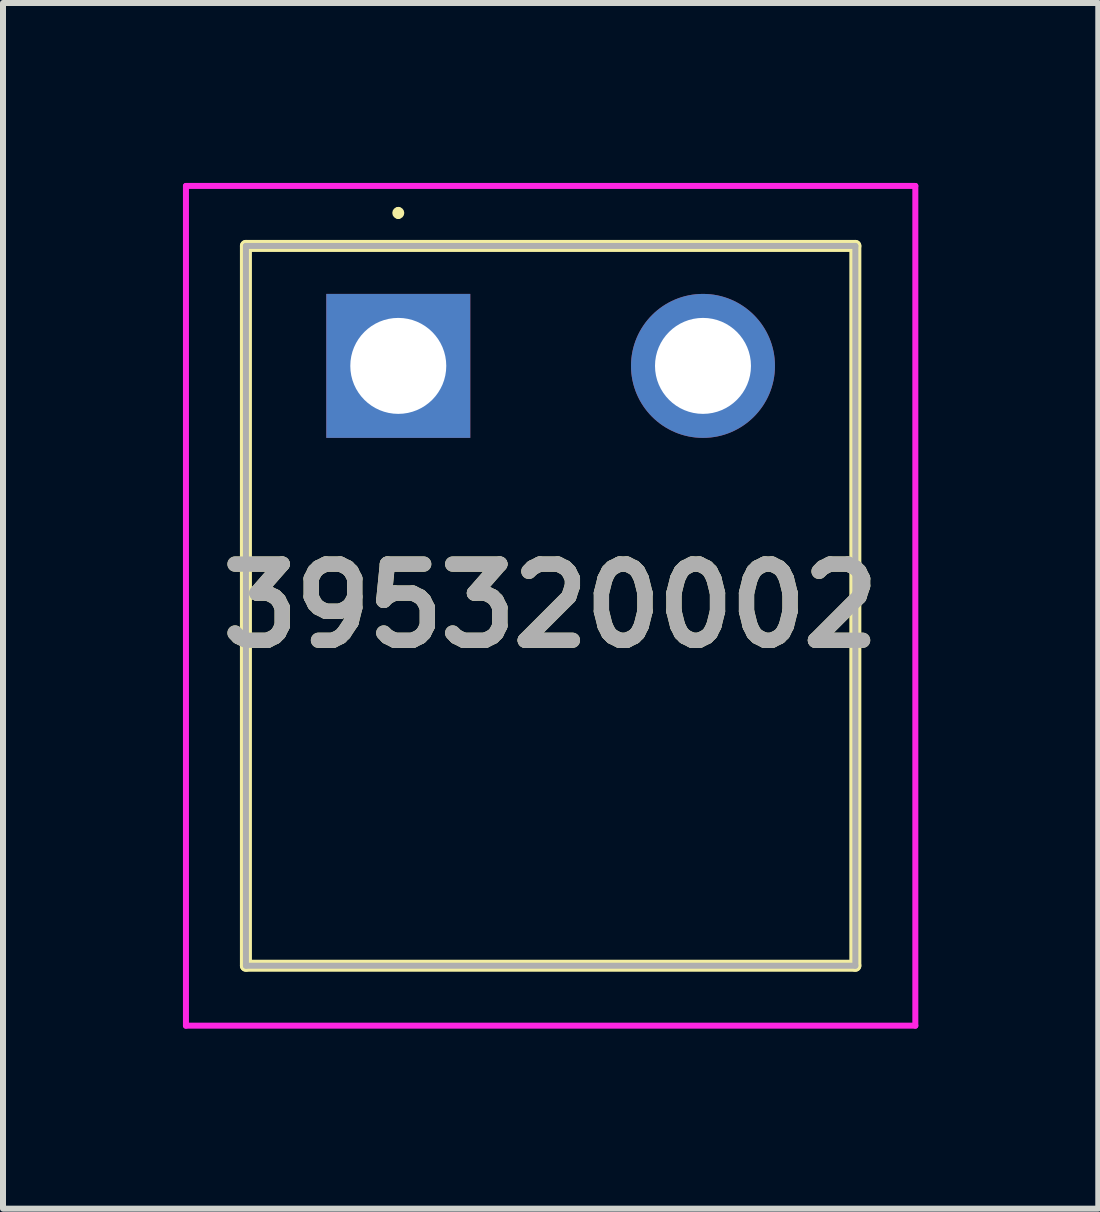
<source format=kicad_pcb>
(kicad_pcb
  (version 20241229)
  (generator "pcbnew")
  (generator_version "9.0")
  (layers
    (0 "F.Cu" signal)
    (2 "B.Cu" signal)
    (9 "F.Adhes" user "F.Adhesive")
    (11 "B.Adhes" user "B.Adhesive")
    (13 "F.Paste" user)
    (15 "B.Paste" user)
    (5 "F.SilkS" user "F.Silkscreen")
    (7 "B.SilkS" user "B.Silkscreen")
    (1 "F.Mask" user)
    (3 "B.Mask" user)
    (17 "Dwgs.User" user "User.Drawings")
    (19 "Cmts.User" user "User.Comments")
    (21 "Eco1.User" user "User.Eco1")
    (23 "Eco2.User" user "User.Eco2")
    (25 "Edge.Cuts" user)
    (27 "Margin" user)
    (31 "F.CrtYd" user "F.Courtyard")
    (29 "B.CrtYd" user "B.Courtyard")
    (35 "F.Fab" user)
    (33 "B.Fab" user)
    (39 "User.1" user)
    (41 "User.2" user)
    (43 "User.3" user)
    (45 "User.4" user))
  (footprint "395320002"
    (layer "F.Cu")
    (at 3.59 3.05)
    (property "Reference" "395320002" (at 2.54 4 0) (layer "F.SilkS") (effects (font (size 1.27 1.27) (thickness 0.254))))
    (attr through_hole)
    (fp_line (start -2.54 -2) (end 7.62 -2) (stroke (width 0.2) (type solid)) (layer "F.SilkS"))
    (fp_line (start -2.54 10) (end -2.54 -2) (stroke (width 0.2) (type solid)) (layer "F.SilkS"))
    (fp_line (start 0 -2.6) (end 0 -2.6) (stroke (width 0.1) (type solid)) (layer "F.SilkS"))
    (fp_line (start 0 -2.5) (end 0 -2.5) (stroke (width 0.1) (type solid)) (layer "F.SilkS"))
    (fp_line (start 7.62 -2) (end 7.62 10) (stroke (width 0.2) (type solid)) (layer "F.SilkS"))
    (fp_line (start 7.62 10) (end -2.54 10) (stroke (width 0.2) (type solid)) (layer "F.SilkS"))
    (fp_arc (start 0 -2.6) (mid 0.05 -2.55) (end 0 -2.5) (stroke (width 0.1) (type solid)) (layer "F.SilkS"))
    (fp_arc (start 0 -2.5) (mid -0.05 -2.55) (end 0 -2.6) (stroke (width 0.1) (type solid)) (layer "F.SilkS"))
    (fp_line (start -3.54 -3) (end 8.62 -3) (stroke (width 0.1) (type solid)) (layer "F.CrtYd"))
    (fp_line (start -3.54 11) (end -3.54 -3) (stroke (width 0.1) (type solid)) (layer "F.CrtYd"))
    (fp_line (start 8.62 -3) (end 8.62 11) (stroke (width 0.1) (type solid)) (layer "F.CrtYd"))
    (fp_line (start 8.62 11) (end -3.54 11) (stroke (width 0.1) (type solid)) (layer "F.CrtYd"))
    (fp_line (start -2.54 -2) (end 7.62 -2) (stroke (width 0.1) (type solid)) (layer "F.Fab"))
    (fp_line (start -2.54 10) (end -2.54 -2) (stroke (width 0.1) (type solid)) (layer "F.Fab"))
    (fp_line (start 7.62 -2) (end 7.62 10) (stroke (width 0.1) (type solid)) (layer "F.Fab"))
    (fp_line (start 7.62 10) (end -2.54 10) (stroke (width 0.1) (type solid)) (layer "F.Fab"))
    (fp_text user "${REFERENCE}" (at 2.54 4 0) (layer "F.Fab") (effects (font (size 1.27 1.27) (thickness 0.254))))
    (pad "1" thru_hole rect (at 0 0) (size 2.4 2.4) (drill 1.6) (layers "*.Cu" "*.Mask"))
    (pad "2" thru_hole circle (at 5.08 0) (size 2.4 2.4) (drill 1.6) (layers "*.Cu" "*.Mask")))
  (gr_rect
    (start -3 -3)
    (end 15.26 17.1)
    (stroke (width 0.1) (type default))
    (fill no)
    (layer "Edge.Cuts")))
</source>
